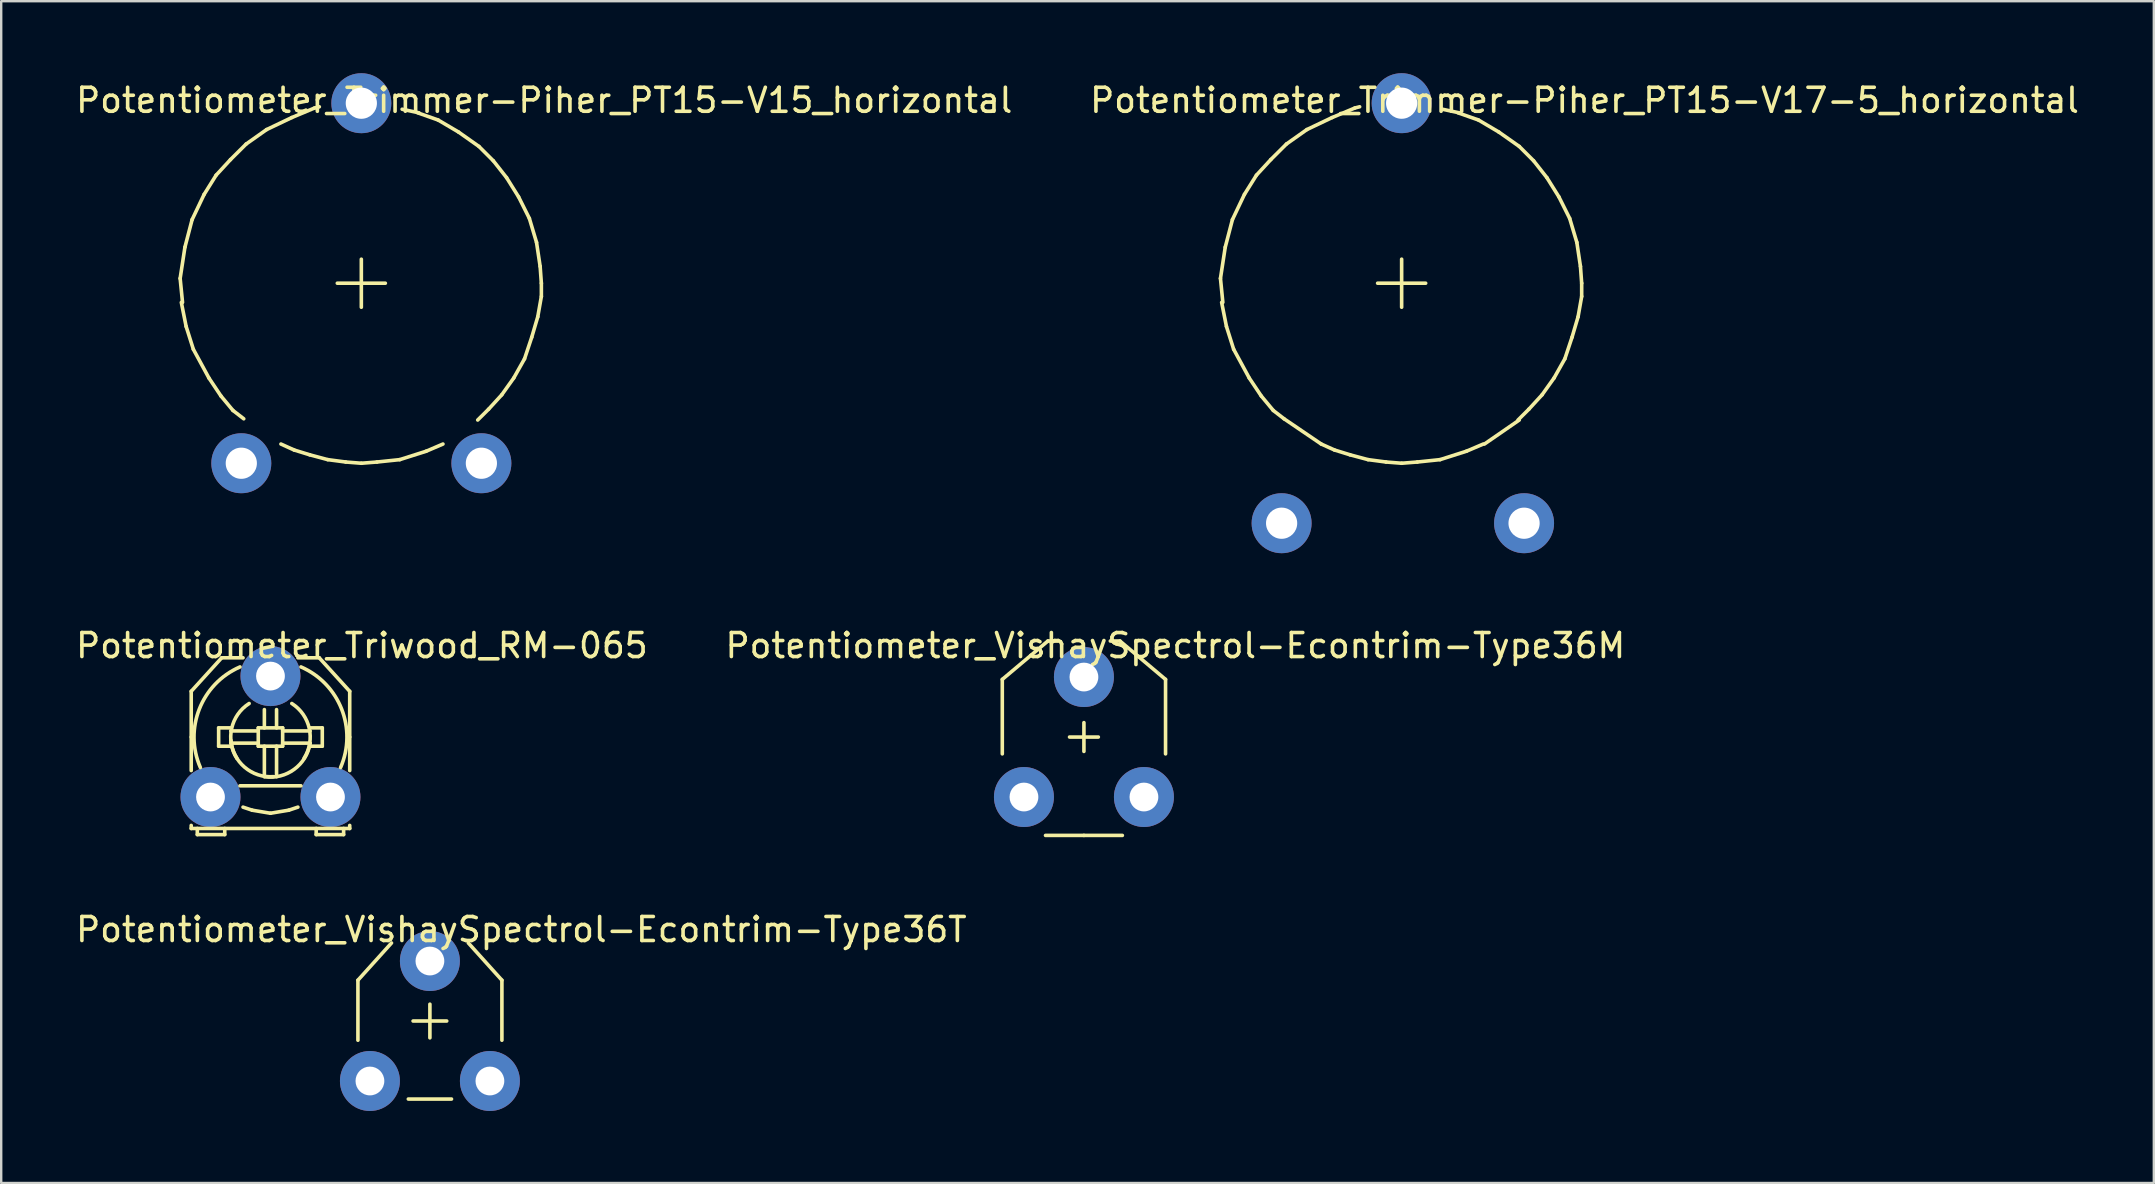
<source format=kicad_pcb>
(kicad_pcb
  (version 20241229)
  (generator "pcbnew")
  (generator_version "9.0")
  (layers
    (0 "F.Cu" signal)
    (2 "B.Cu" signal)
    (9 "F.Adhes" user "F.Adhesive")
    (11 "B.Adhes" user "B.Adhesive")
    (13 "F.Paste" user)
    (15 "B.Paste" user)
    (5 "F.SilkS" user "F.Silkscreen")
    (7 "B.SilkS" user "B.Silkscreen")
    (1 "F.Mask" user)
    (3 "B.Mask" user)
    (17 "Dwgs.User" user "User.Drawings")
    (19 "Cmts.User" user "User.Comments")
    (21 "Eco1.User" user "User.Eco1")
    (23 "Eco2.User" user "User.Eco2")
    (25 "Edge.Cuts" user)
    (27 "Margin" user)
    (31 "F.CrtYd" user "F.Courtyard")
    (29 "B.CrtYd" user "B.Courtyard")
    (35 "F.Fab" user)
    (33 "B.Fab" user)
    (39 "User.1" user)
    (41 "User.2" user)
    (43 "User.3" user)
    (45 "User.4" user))
  (footprint "Potentiometer_VishaySpectrol-Econtrim-Type36T"
    (layer "F.Cu")
    (at 12.363 41.99)
    (property "Reference" "Potentiometer_VishaySpectrol-Econtrim-Type36T" (at 6.309 -6.309 0) (layer "F.SilkS") (effects (font (size 1 1) (thickness 0.15))))
    (attr through_hole)
    (fp_line (start -0.5 -4.199) (end -0.5 -1.699) (stroke (width 0.15) (type solid)) (layer "F.SilkS"))
    (fp_line (start 0.899 -5.751) (end -0.5 -4.199) (stroke (width 0.15) (type solid)) (layer "F.SilkS"))
    (fp_line (start 1.6 0.752) (end 3.399 0.752) (stroke (width 0.15) (type solid)) (layer "F.SilkS"))
    (fp_line (start 1.798 -2.499) (end 3.2 -2.499) (stroke (width 0.15) (type solid)) (layer "F.SilkS"))
    (fp_line (start 2.499 -1.798) (end 2.499 -3.2) (stroke (width 0.15) (type solid)) (layer "F.SilkS"))
    (fp_line (start 4.1 -5.751) (end 5.499 -4.199) (stroke (width 0.15) (type solid)) (layer "F.SilkS"))
    (fp_line (start 5.499 -4.199) (end 5.499 -1.699) (stroke (width 0.15) (type solid)) (layer "F.SilkS"))
    (pad "1" thru_hole circle (at 0 0) (size 2.499 2.499) (drill 1.199) (layers "*.Cu" "*.Mask"))
    (pad "2" thru_hole circle (at 2.499 -4.999) (size 2.499 2.499) (drill 1.199) (layers "*.Cu" "*.Mask"))
    (pad "3" thru_hole circle (at 4.999 0) (size 2.499 2.499) (drill 1.199) (layers "*.Cu" "*.Mask")))
  (footprint "Potentiometer_VishaySpectrol-Econtrim-Type36M"
    (layer "F.Cu")
    (at 39.613 30.158)
    (property "Reference" "Potentiometer_VishaySpectrol-Econtrim-Type36M" (at 6.309 -6.309 0) (layer "F.SilkS") (effects (font (size 1 1) (thickness 0.15))))
    (attr through_hole)
    (fp_line (start -0.902 -4.9) (end -0.902 -1.798) (stroke (width 0.15) (type solid)) (layer "F.SilkS"))
    (fp_line (start 0.998 -6.5) (end -0.902 -4.9) (stroke (width 0.15) (type solid)) (layer "F.SilkS"))
    (fp_line (start 1.4 -6.5) (end 0.998 -6.5) (stroke (width 0.15) (type solid)) (layer "F.SilkS"))
    (fp_line (start 2.499 -3.099) (end 2.499 -1.9) (stroke (width 0.15) (type solid)) (layer "F.SilkS"))
    (fp_line (start 2.499 1.6) (end 0.899 1.6) (stroke (width 0.15) (type solid)) (layer "F.SilkS"))
    (fp_line (start 2.499 1.6) (end 4.1 1.6) (stroke (width 0.15) (type solid)) (layer "F.SilkS"))
    (fp_line (start 3.099 -2.499) (end 1.9 -2.499) (stroke (width 0.15) (type solid)) (layer "F.SilkS"))
    (fp_line (start 3.599 -6.5) (end 4 -6.5) (stroke (width 0.15) (type solid)) (layer "F.SilkS"))
    (fp_line (start 4 -6.5) (end 5.9 -4.9) (stroke (width 0.15) (type solid)) (layer "F.SilkS"))
    (fp_line (start 5.9 -4.9) (end 5.9 -1.798) (stroke (width 0.15) (type solid)) (layer "F.SilkS"))
    (pad "1" thru_hole circle (at 0 0) (size 2.499 2.499) (drill 1.199) (layers "*.Cu" "*.Mask"))
    (pad "2" thru_hole circle (at 2.499 -4.999) (size 2.499 2.499) (drill 1.199) (layers "*.Cu" "*.Mask"))
    (pad "3" thru_hole circle (at 4.999 0) (size 2.499 2.499) (drill 1.199) (layers "*.Cu" "*.Mask")))
  (footprint "Potentiometer_Trimmer-Piher_PT15-V15_horizontal"
    (layer "F.Cu")
    (at 7.004 16.251)
    (property "Reference" "Potentiometer_Trimmer-Piher_PT15-V15_horizontal" (at 12.621 -15.121 0) (layer "F.SilkS") (effects (font (size 1 1) (thickness 0.15))))
    (attr through_hole)
    (fp_line (start -2.548 -7.701) (end -2.449 -6.701) (stroke (width 0.15) (type solid)) (layer "F.SilkS"))
    (fp_line (start -2.499 -6.701) (end -2.299 -5.7) (stroke (width 0.15) (type solid)) (layer "F.SilkS"))
    (fp_line (start -2.349 -9.002) (end -2.548 -7.701) (stroke (width 0.15) (type solid)) (layer "F.SilkS"))
    (fp_line (start -2.299 -5.7) (end -1.999 -4.75) (stroke (width 0.15) (type solid)) (layer "F.SilkS"))
    (fp_line (start -2.05 -10.15) (end -2.349 -9.002) (stroke (width 0.15) (type solid)) (layer "F.SilkS"))
    (fp_line (start -1.999 -4.75) (end -1.349 -3.551) (stroke (width 0.15) (type solid)) (layer "F.SilkS"))
    (fp_line (start -1.549 -11.201) (end -2.05 -10.15) (stroke (width 0.15) (type solid)) (layer "F.SilkS"))
    (fp_line (start -1.349 -3.551) (end -0.848 -2.802) (stroke (width 0.15) (type solid)) (layer "F.SilkS"))
    (fp_line (start -1.049 -12.002) (end -1.549 -11.201) (stroke (width 0.15) (type solid)) (layer "F.SilkS"))
    (fp_line (start -0.848 -2.802) (end -0.348 -2.2) (stroke (width 0.15) (type solid)) (layer "F.SilkS"))
    (fp_line (start -0.45 -12.652) (end -1.049 -12.002) (stroke (width 0.15) (type solid)) (layer "F.SilkS"))
    (fp_line (start -0.348 -2.2) (end 0.102 -1.852) (stroke (width 0.15) (type solid)) (layer "F.SilkS"))
    (fp_line (start 0.201 -13.299) (end -0.45 -12.652) (stroke (width 0.15) (type solid)) (layer "F.SilkS"))
    (fp_line (start 1.052 -13.901) (end 0.201 -13.299) (stroke (width 0.15) (type solid)) (layer "F.SilkS"))
    (fp_line (start 1.651 -0.8) (end 2.202 -0.551) (stroke (width 0.15) (type solid)) (layer "F.SilkS"))
    (fp_line (start 2.101 -14.402) (end 1.052 -13.901) (stroke (width 0.15) (type solid)) (layer "F.SilkS"))
    (fp_line (start 2.202 -0.551) (end 2.852 -0.351) (stroke (width 0.15) (type solid)) (layer "F.SilkS"))
    (fp_line (start 2.852 -0.351) (end 3.602 -0.15) (stroke (width 0.15) (type solid)) (layer "F.SilkS"))
    (fp_line (start 3.051 -14.801) (end 2.101 -14.402) (stroke (width 0.15) (type solid)) (layer "F.SilkS"))
    (fp_line (start 3.051 -14.801) (end 3.251 -14.851) (stroke (width 0.15) (type solid)) (layer "F.SilkS"))
    (fp_line (start 3.602 -0.15) (end 4.351 -0.051) (stroke (width 0.15) (type solid)) (layer "F.SilkS"))
    (fp_line (start 4 -7.501) (end 6.002 -7.501) (stroke (width 0.15) (type solid)) (layer "F.SilkS"))
    (fp_line (start 4.351 -0.051) (end 5.001 0) (stroke (width 0.15) (type solid)) (layer "F.SilkS"))
    (fp_line (start 5.001 -8.501) (end 5.001 -6.5) (stroke (width 0.15) (type solid)) (layer "F.SilkS"))
    (fp_line (start 5.001 0) (end 5.652 -0.051) (stroke (width 0.15) (type solid)) (layer "F.SilkS"))
    (fp_line (start 5.652 -0.051) (end 6.601 -0.15) (stroke (width 0.15) (type solid)) (layer "F.SilkS"))
    (fp_line (start 6.601 -0.15) (end 7.701 -0.5) (stroke (width 0.15) (type solid)) (layer "F.SilkS"))
    (fp_line (start 7.402 -14.6) (end 6.701 -14.75) (stroke (width 0.15) (type solid)) (layer "F.SilkS"))
    (fp_line (start 7.701 -0.5) (end 8.402 -0.8) (stroke (width 0.15) (type solid)) (layer "F.SilkS"))
    (fp_line (start 8.202 -14.3) (end 7.351 -14.6) (stroke (width 0.15) (type solid)) (layer "F.SilkS"))
    (fp_line (start 9.05 -13.8) (end 8.202 -14.3) (stroke (width 0.15) (type solid)) (layer "F.SilkS"))
    (fp_line (start 9.85 -1.801) (end 10.302 -2.25) (stroke (width 0.15) (type solid)) (layer "F.SilkS"))
    (fp_line (start 9.901 -13.2) (end 9.05 -13.8) (stroke (width 0.15) (type solid)) (layer "F.SilkS"))
    (fp_line (start 10.302 -2.25) (end 10.851 -2.85) (stroke (width 0.15) (type solid)) (layer "F.SilkS"))
    (fp_line (start 10.5 -12.601) (end 9.901 -13.2) (stroke (width 0.15) (type solid)) (layer "F.SilkS"))
    (fp_line (start 10.851 -2.85) (end 11.351 -3.551) (stroke (width 0.15) (type solid)) (layer "F.SilkS"))
    (fp_line (start 11.052 -11.9) (end 10.5 -12.601) (stroke (width 0.15) (type solid)) (layer "F.SilkS"))
    (fp_line (start 11.351 -3.551) (end 11.801 -4.351) (stroke (width 0.15) (type solid)) (layer "F.SilkS"))
    (fp_line (start 11.552 -11.1) (end 11.052 -11.9) (stroke (width 0.15) (type solid)) (layer "F.SilkS"))
    (fp_line (start 11.801 -4.351) (end 12.101 -5.25) (stroke (width 0.15) (type solid)) (layer "F.SilkS"))
    (fp_line (start 12.002 -10.201) (end 11.552 -11.1) (stroke (width 0.15) (type solid)) (layer "F.SilkS"))
    (fp_line (start 12.101 -5.25) (end 12.352 -6.101) (stroke (width 0.15) (type solid)) (layer "F.SilkS"))
    (fp_line (start 12.301 -9.2) (end 12.002 -10.201) (stroke (width 0.15) (type solid)) (layer "F.SilkS"))
    (fp_line (start 12.352 -6.101) (end 12.502 -6.949) (stroke (width 0.15) (type solid)) (layer "F.SilkS"))
    (fp_line (start 12.451 -8.202) (end 12.301 -9.2) (stroke (width 0.15) (type solid)) (layer "F.SilkS"))
    (fp_line (start 12.502 -7.501) (end 12.451 -8.202) (stroke (width 0.15) (type solid)) (layer "F.SilkS"))
    (fp_line (start 12.502 -6.949) (end 12.502 -7.501) (stroke (width 0.15) (type solid)) (layer "F.SilkS"))
    (pad "1" thru_hole circle (at 0 0) (size 2.499 2.499) (drill 1.3) (layers "*.Cu" "*.Mask"))
    (pad "2" thru_hole circle (at 5.001 -15.001) (size 2.499 2.499) (drill 1.3) (layers "*.Cu" "*.Mask"))
    (pad "3" thru_hole circle (at 10.003 0) (size 2.499 2.499) (drill 1.3) (layers "*.Cu" "*.Mask")))
  (footprint "Potentiometer_Triwood_RM-065"
    (layer "F.Cu")
    (at 5.72 30.158)
    (property "Reference" "Potentiometer_Triwood_RM-065" (at 6.309 -6.309 0) (layer "F.SilkS") (effects (font (size 1 1) (thickness 0.15))))
    (attr through_hole)
    (fp_line (start -0.803 -4.404) (end -0.803 -2.499) (stroke (width 0.15) (type solid)) (layer "F.SilkS"))
    (fp_line (start -0.803 -2.499) (end -0.803 -1.102) (stroke (width 0.15) (type solid)) (layer "F.SilkS"))
    (fp_line (start -0.803 1.311) (end -0.803 1.184) (stroke (width 0.15) (type solid)) (layer "F.SilkS"))
    (fp_line (start -0.803 1.311) (end 5.801 1.311) (stroke (width 0.15) (type solid)) (layer "F.SilkS"))
    (fp_line (start -0.549 1.311) (end -0.549 1.565) (stroke (width 0.15) (type solid)) (layer "F.SilkS"))
    (fp_line (start -0.549 1.565) (end 0.594 1.565) (stroke (width 0.15) (type solid)) (layer "F.SilkS"))
    (fp_line (start 0.34 -2.88) (end 0.34 -2.118) (stroke (width 0.15) (type solid)) (layer "F.SilkS"))
    (fp_line (start 0.34 -2.118) (end 0.848 -2.118) (stroke (width 0.15) (type solid)) (layer "F.SilkS"))
    (fp_line (start 0.467 -5.801) (end -0.803 -4.404) (stroke (width 0.15) (type solid)) (layer "F.SilkS"))
    (fp_line (start 0.594 1.565) (end 0.594 1.311) (stroke (width 0.15) (type solid)) (layer "F.SilkS"))
    (fp_line (start 0.848 -2.88) (end 0.34 -2.88) (stroke (width 0.15) (type solid)) (layer "F.SilkS"))
    (fp_line (start 1.229 -0.467) (end 3.769 -0.467) (stroke (width 0.15) (type solid)) (layer "F.SilkS"))
    (fp_line (start 1.356 -5.801) (end 0.467 -5.801) (stroke (width 0.15) (type solid)) (layer "F.SilkS"))
    (fp_line (start 1.356 0.422) (end 1.737 0.549) (stroke (width 0.15) (type solid)) (layer "F.SilkS"))
    (fp_line (start 1.737 0.549) (end 2.499 0.676) (stroke (width 0.15) (type solid)) (layer "F.SilkS"))
    (fp_line (start 1.991 -2.88) (end 1.991 -2.118) (stroke (width 0.15) (type solid)) (layer "F.SilkS"))
    (fp_line (start 1.991 -2.753) (end 0.848 -2.753) (stroke (width 0.15) (type solid)) (layer "F.SilkS"))
    (fp_line (start 1.991 -2.245) (end 0.848 -2.245) (stroke (width 0.15) (type solid)) (layer "F.SilkS"))
    (fp_line (start 1.991 -2.118) (end 3.007 -2.118) (stroke (width 0.15) (type solid)) (layer "F.SilkS"))
    (fp_line (start 2.245 -2.88) (end 2.245 -3.642) (stroke (width 0.15) (type solid)) (layer "F.SilkS"))
    (fp_line (start 2.245 -2.118) (end 2.245 -0.848) (stroke (width 0.15) (type solid)) (layer "F.SilkS"))
    (fp_line (start 2.499 0.676) (end 3.261 0.549) (stroke (width 0.15) (type solid)) (layer "F.SilkS"))
    (fp_line (start 2.753 -2.88) (end 2.753 -3.642) (stroke (width 0.15) (type solid)) (layer "F.SilkS"))
    (fp_line (start 2.753 -2.118) (end 2.753 -0.848) (stroke (width 0.15) (type solid)) (layer "F.SilkS"))
    (fp_line (start 3.007 -2.88) (end 1.991 -2.88) (stroke (width 0.15) (type solid)) (layer "F.SilkS"))
    (fp_line (start 3.007 -2.753) (end 4.15 -2.753) (stroke (width 0.15) (type solid)) (layer "F.SilkS"))
    (fp_line (start 3.007 -2.245) (end 4.15 -2.245) (stroke (width 0.15) (type solid)) (layer "F.SilkS"))
    (fp_line (start 3.007 -2.118) (end 3.007 -2.88) (stroke (width 0.15) (type solid)) (layer "F.SilkS"))
    (fp_line (start 3.261 0.549) (end 3.642 0.422) (stroke (width 0.15) (type solid)) (layer "F.SilkS"))
    (fp_line (start 4.15 -2.88) (end 4.658 -2.88) (stroke (width 0.15) (type solid)) (layer "F.SilkS"))
    (fp_line (start 4.404 1.565) (end 4.404 1.311) (stroke (width 0.15) (type solid)) (layer "F.SilkS"))
    (fp_line (start 4.531 -5.801) (end 3.642 -5.801) (stroke (width 0.15) (type solid)) (layer "F.SilkS"))
    (fp_line (start 4.531 -5.801) (end 5.801 -4.404) (stroke (width 0.15) (type solid)) (layer "F.SilkS"))
    (fp_line (start 4.658 -2.88) (end 4.658 -2.118) (stroke (width 0.15) (type solid)) (layer "F.SilkS"))
    (fp_line (start 4.658 -2.118) (end 4.15 -2.118) (stroke (width 0.15) (type solid)) (layer "F.SilkS"))
    (fp_line (start 5.547 1.311) (end 5.547 1.565) (stroke (width 0.15) (type solid)) (layer "F.SilkS"))
    (fp_line (start 5.547 1.565) (end 4.404 1.565) (stroke (width 0.15) (type solid)) (layer "F.SilkS"))
    (fp_line (start 5.801 -4.404) (end 5.801 -2.499) (stroke (width 0.15) (type solid)) (layer "F.SilkS"))
    (fp_line (start 5.801 -2.499) (end 5.801 -1.102) (stroke (width 0.15) (type solid)) (layer "F.SilkS"))
    (fp_line (start 5.801 1.311) (end 5.801 1.184) (stroke (width 0.15) (type solid)) (layer "F.SilkS"))
    (fp_arc (start -0.42164 -1.22936) (mid -0.464125 -3.666793) (end 1.22936 -5.42036) (stroke (width 0.15) (type solid)) (layer "F.SilkS"))
    (fp_arc (start 1.10236 -1.61036) (mid 0.882914 -2.85857) (end 1.61036 -3.89636) (stroke (width 0.15) (type solid)) (layer "F.SilkS"))
    (fp_arc (start 2.62636 -0.84836) (mid 1.421729 -1.242124) (end 0.84836 -2.37236) (stroke (width 0.15) (type solid)) (layer "F.SilkS"))
    (fp_arc (start 3.38836 -3.89636) (mid 4.115806 -2.85857) (end 3.89636 -1.61036) (stroke (width 0.15) (type solid)) (layer "F.SilkS"))
    (fp_arc (start 3.76936 -5.42036) (mid 5.462845 -3.666793) (end 5.42036 -1.22936) (stroke (width 0.15) (type solid)) (layer "F.SilkS"))
    (fp_arc (start 4.15036 -2.24536) (mid 3.487188 -1.152322) (end 2.24536 -0.84836) (stroke (width 0.15) (type solid)) (layer "F.SilkS"))
    (pad "1" thru_hole circle (at 0 0) (size 2.499 2.499) (drill 1.199) (layers "*.Cu" "*.Mask"))
    (pad "2" thru_hole circle (at 2.499 -5.039) (size 2.499 2.499) (drill 1.199) (layers "*.Cu" "*.Mask"))
    (pad "3" thru_hole circle (at 4.999 0) (size 2.499 2.499) (drill 1.199) (layers "*.Cu" "*.Mask")))
  (footprint "Potentiometer_Trimmer-Piher_PT15-V17-5_horizontal"
    (layer "F.Cu")
    (at 50.349 18.75)
    (property "Reference" "Potentiometer_Trimmer-Piher_PT15-V17-5_horizontal" (at 12.621 -17.62 0) (layer "F.SilkS") (effects (font (size 1 1) (thickness 0.15))))
    (attr through_hole)
    (fp_line (start -2.548 -10.201) (end -2.449 -9.2) (stroke (width 0.15) (type solid)) (layer "F.SilkS"))
    (fp_line (start -2.499 -9.2) (end -2.299 -8.199) (stroke (width 0.15) (type solid)) (layer "F.SilkS"))
    (fp_line (start -2.349 -11.501) (end -2.548 -10.201) (stroke (width 0.15) (type solid)) (layer "F.SilkS"))
    (fp_line (start -2.299 -8.199) (end -1.999 -7.249) (stroke (width 0.15) (type solid)) (layer "F.SilkS"))
    (fp_line (start -2.05 -12.649) (end -2.349 -11.501) (stroke (width 0.15) (type solid)) (layer "F.SilkS"))
    (fp_line (start -1.999 -7.249) (end -1.349 -6.05) (stroke (width 0.15) (type solid)) (layer "F.SilkS"))
    (fp_line (start -1.549 -13.701) (end -2.05 -12.649) (stroke (width 0.15) (type solid)) (layer "F.SilkS"))
    (fp_line (start -1.349 -6.05) (end -0.848 -5.301) (stroke (width 0.15) (type solid)) (layer "F.SilkS"))
    (fp_line (start -1.049 -14.501) (end -1.549 -13.701) (stroke (width 0.15) (type solid)) (layer "F.SilkS"))
    (fp_line (start -0.848 -5.301) (end -0.348 -4.699) (stroke (width 0.15) (type solid)) (layer "F.SilkS"))
    (fp_line (start -0.45 -15.151) (end -1.049 -14.501) (stroke (width 0.15) (type solid)) (layer "F.SilkS"))
    (fp_line (start -0.348 -4.699) (end 0.102 -4.351) (stroke (width 0.15) (type solid)) (layer "F.SilkS"))
    (fp_line (start 0.201 -15.799) (end -0.45 -15.151) (stroke (width 0.15) (type solid)) (layer "F.SilkS"))
    (fp_line (start 1.052 -16.401) (end 0.201 -15.799) (stroke (width 0.15) (type solid)) (layer "F.SilkS"))
    (fp_line (start 1.651 -3.299) (end 0.102 -4.351) (stroke (width 0.15) (type solid)) (layer "F.SilkS"))
    (fp_line (start 1.651 -3.299) (end 2.202 -3.051) (stroke (width 0.15) (type solid)) (layer "F.SilkS"))
    (fp_line (start 2.101 -16.901) (end 1.052 -16.401) (stroke (width 0.15) (type solid)) (layer "F.SilkS"))
    (fp_line (start 2.202 -3.051) (end 2.852 -2.85) (stroke (width 0.15) (type solid)) (layer "F.SilkS"))
    (fp_line (start 2.852 -2.85) (end 3.602 -2.649) (stroke (width 0.15) (type solid)) (layer "F.SilkS"))
    (fp_line (start 3.051 -17.3) (end 2.101 -16.901) (stroke (width 0.15) (type solid)) (layer "F.SilkS"))
    (fp_line (start 3.051 -17.3) (end 3.251 -17.351) (stroke (width 0.15) (type solid)) (layer "F.SilkS"))
    (fp_line (start 3.602 -2.649) (end 4.351 -2.55) (stroke (width 0.15) (type solid)) (layer "F.SilkS"))
    (fp_line (start 4 -10) (end 6.002 -10) (stroke (width 0.15) (type solid)) (layer "F.SilkS"))
    (fp_line (start 4.351 -2.55) (end 5.001 -2.499) (stroke (width 0.15) (type solid)) (layer "F.SilkS"))
    (fp_line (start 5.001 -11.001) (end 5.001 -8.999) (stroke (width 0.15) (type solid)) (layer "F.SilkS"))
    (fp_line (start 5.001 -2.499) (end 5.652 -2.55) (stroke (width 0.15) (type solid)) (layer "F.SilkS"))
    (fp_line (start 5.652 -2.55) (end 6.601 -2.649) (stroke (width 0.15) (type solid)) (layer "F.SilkS"))
    (fp_line (start 6.601 -2.649) (end 7.701 -3) (stroke (width 0.15) (type solid)) (layer "F.SilkS"))
    (fp_line (start 7.402 -17.099) (end 6.701 -17.249) (stroke (width 0.15) (type solid)) (layer "F.SilkS"))
    (fp_line (start 7.701 -3) (end 8.402 -3.299) (stroke (width 0.15) (type solid)) (layer "F.SilkS"))
    (fp_line (start 8.202 -16.8) (end 7.351 -17.099) (stroke (width 0.15) (type solid)) (layer "F.SilkS"))
    (fp_line (start 9.05 -16.299) (end 8.202 -16.8) (stroke (width 0.15) (type solid)) (layer "F.SilkS"))
    (fp_line (start 9.85 -4.3) (end 10.302 -4.75) (stroke (width 0.15) (type solid)) (layer "F.SilkS"))
    (fp_line (start 9.901 -15.7) (end 9.05 -16.299) (stroke (width 0.15) (type solid)) (layer "F.SilkS"))
    (fp_line (start 9.901 -4.3) (end 8.451 -3.299) (stroke (width 0.15) (type solid)) (layer "F.SilkS"))
    (fp_line (start 10.302 -4.75) (end 10.851 -5.349) (stroke (width 0.15) (type solid)) (layer "F.SilkS"))
    (fp_line (start 10.5 -15.1) (end 9.901 -15.7) (stroke (width 0.15) (type solid)) (layer "F.SilkS"))
    (fp_line (start 10.851 -5.349) (end 11.351 -6.05) (stroke (width 0.15) (type solid)) (layer "F.SilkS"))
    (fp_line (start 11.052 -14.399) (end 10.5 -15.1) (stroke (width 0.15) (type solid)) (layer "F.SilkS"))
    (fp_line (start 11.351 -6.05) (end 11.801 -6.85) (stroke (width 0.15) (type solid)) (layer "F.SilkS"))
    (fp_line (start 11.552 -13.599) (end 11.052 -14.399) (stroke (width 0.15) (type solid)) (layer "F.SilkS"))
    (fp_line (start 11.801 -6.85) (end 12.101 -7.75) (stroke (width 0.15) (type solid)) (layer "F.SilkS"))
    (fp_line (start 12.002 -12.7) (end 11.552 -13.599) (stroke (width 0.15) (type solid)) (layer "F.SilkS"))
    (fp_line (start 12.101 -7.75) (end 12.352 -8.6) (stroke (width 0.15) (type solid)) (layer "F.SilkS"))
    (fp_line (start 12.301 -11.699) (end 12.002 -12.7) (stroke (width 0.15) (type solid)) (layer "F.SilkS"))
    (fp_line (start 12.352 -8.6) (end 12.502 -9.449) (stroke (width 0.15) (type solid)) (layer "F.SilkS"))
    (fp_line (start 12.451 -10.701) (end 12.301 -11.699) (stroke (width 0.15) (type solid)) (layer "F.SilkS"))
    (fp_line (start 12.502 -10) (end 12.451 -10.701) (stroke (width 0.15) (type solid)) (layer "F.SilkS"))
    (fp_line (start 12.502 -9.449) (end 12.502 -10) (stroke (width 0.15) (type solid)) (layer "F.SilkS"))
    (pad "1" thru_hole circle (at 0 0) (size 2.499 2.499) (drill 1.3) (layers "*.Cu" "*.Mask"))
    (pad "2" thru_hole circle (at 5.001 -17.501) (size 2.499 2.499) (drill 1.3) (layers "*.Cu" "*.Mask"))
    (pad "3" thru_hole circle (at 10.102 0) (size 2.499 2.499) (drill 1.3) (layers "*.Cu" "*.Mask")))
  (gr_rect
    (start -3 -3)
    (end 86.69 46.24)
    (stroke (width 0.1) (type default))
    (fill no)
    (layer "Edge.Cuts")))
</source>
